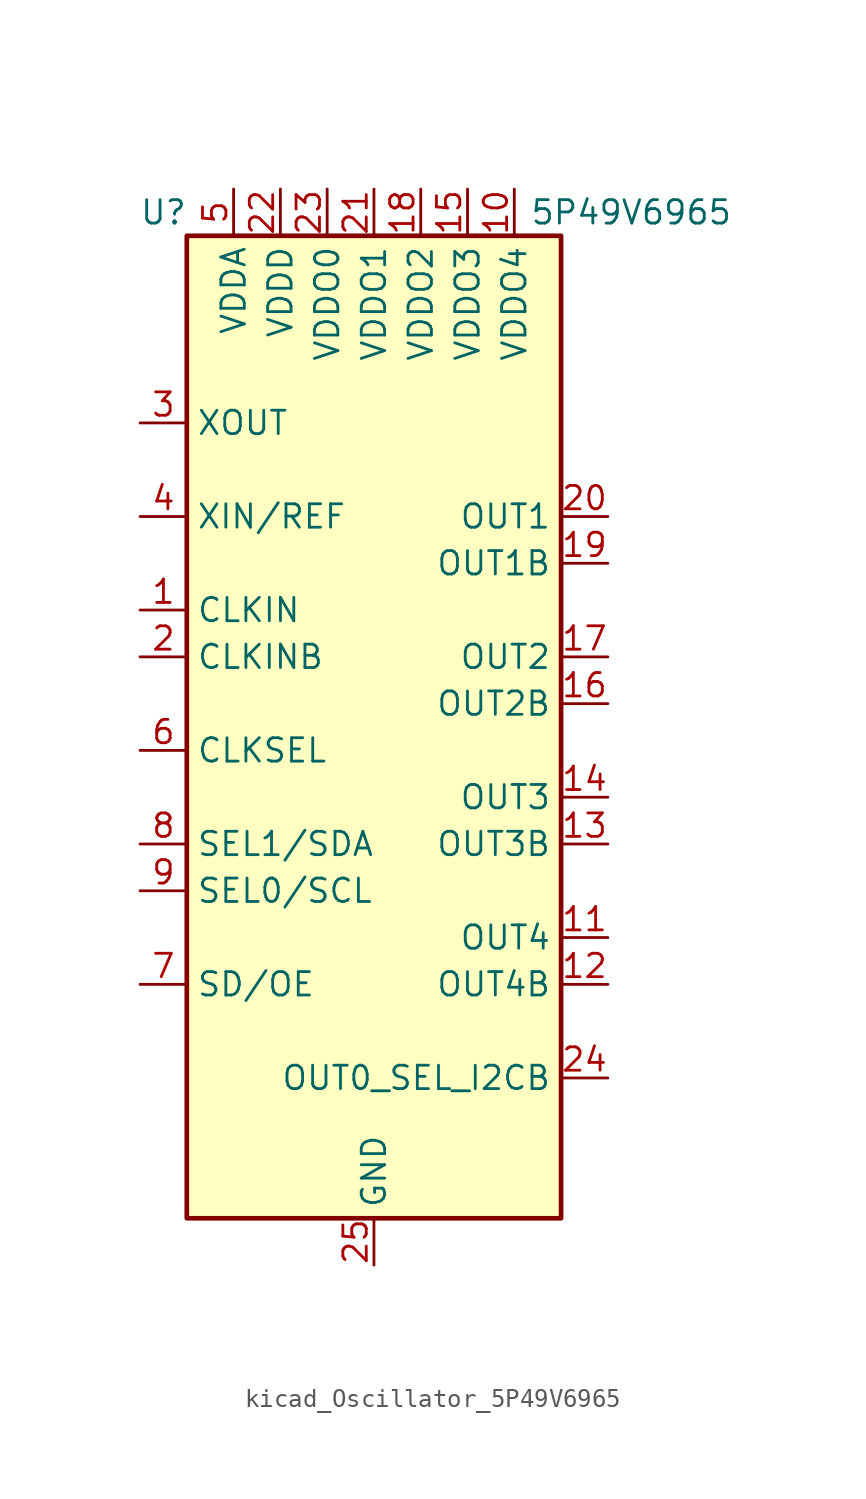
<source format=kicad_sym>
(kicad_symbol_lib
  (version 20220914)
  (generator kicad_symbol_editor)
  (symbol "kicad_Oscillator_5P49V6965"
    (property "Reference" "U"
      (at -11.43 29.21 0)
      (effects (font (size 1.27 1.27))))
    (property "Value" "5P49V6965"
      (at 13.97 29.21 0)
      (effects (font (size 1.27 1.27))))
    (symbol "kicad_Oscillator_5P49V6965_0_1"
      (rectangle (start -10.16 27.94) (end 10.16 -25.4) (stroke (width 0.254) (type default)) (fill (type background))))
    (symbol "kicad_Oscillator_5P49V6965_1_1"
      (pin input line (at -12.7 7.62 0) (length 2.54) (name "CLKIN" (effects (font (size 1.27 1.27)))) (number "1" (effects (font (size 1.27 1.27)))))
      (pin power_in line (at 7.62 30.48 270) (length 2.54) (name "VDDO4" (effects (font (size 1.27 1.27)))) (number "10" (effects (font (size 1.27 1.27)))))
      (pin output line (at 12.7 -10.16 180) (length 2.54) (name "OUT4" (effects (font (size 1.27 1.27)))) (number "11" (effects (font (size 1.27 1.27)))))
      (pin output line (at 12.7 -12.7 180) (length 2.54) (name "OUT4B" (effects (font (size 1.27 1.27)))) (number "12" (effects (font (size 1.27 1.27)))))
      (pin output line (at 12.7 -5.08 180) (length 2.54) (name "OUT3B" (effects (font (size 1.27 1.27)))) (number "13" (effects (font (size 1.27 1.27)))))
      (pin output line (at 12.7 -2.54 180) (length 2.54) (name "OUT3" (effects (font (size 1.27 1.27)))) (number "14" (effects (font (size 1.27 1.27)))))
      (pin power_in line (at 5.08 30.48 270) (length 2.54) (name "VDDO3" (effects (font (size 1.27 1.27)))) (number "15" (effects (font (size 1.27 1.27)))))
      (pin output line (at 12.7 2.54 180) (length 2.54) (name "OUT2B" (effects (font (size 1.27 1.27)))) (number "16" (effects (font (size 1.27 1.27)))))
      (pin output line (at 12.7 5.08 180) (length 2.54) (name "OUT2" (effects (font (size 1.27 1.27)))) (number "17" (effects (font (size 1.27 1.27)))))
      (pin power_in line (at 2.54 30.48 270) (length 2.54) (name "VDDO2" (effects (font (size 1.27 1.27)))) (number "18" (effects (font (size 1.27 1.27)))))
      (pin output line (at 12.7 10.16 180) (length 2.54) (name "OUT1B" (effects (font (size 1.27 1.27)))) (number "19" (effects (font (size 1.27 1.27)))))
      (pin input line (at -12.7 5.08 0) (length 2.54) (name "CLKINB" (effects (font (size 1.27 1.27)))) (number "2" (effects (font (size 1.27 1.27)))))
      (pin output line (at 12.7 12.7 180) (length 2.54) (name "OUT1" (effects (font (size 1.27 1.27)))) (number "20" (effects (font (size 1.27 1.27)))))
      (pin power_in line (at 0 30.48 270) (length 2.54) (name "VDDO1" (effects (font (size 1.27 1.27)))) (number "21" (effects (font (size 1.27 1.27)))))
      (pin power_in line (at -5.08 30.48 270) (length 2.54) (name "VDDD" (effects (font (size 1.27 1.27)))) (number "22" (effects (font (size 1.27 1.27)))))
      (pin power_in line (at -2.54 30.48 270) (length 2.54) (name "VDDO0" (effects (font (size 1.27 1.27)))) (number "23" (effects (font (size 1.27 1.27)))))
      (pin bidirectional line (at 12.7 -17.78 180) (length 2.54) (name "OUT0_SEL_I2CB" (effects (font (size 1.27 1.27)))) (number "24" (effects (font (size 1.27 1.27)))))
      (pin power_in line (at 0 -27.94 90) (length 2.54) (name "GND" (effects (font (size 1.27 1.27)))) (number "25" (effects (font (size 1.27 1.27)))))
      (pin output line (at -12.7 17.78 0) (length 2.54) (name "XOUT" (effects (font (size 1.27 1.27)))) (number "3" (effects (font (size 1.27 1.27)))))
      (pin input line (at -12.7 12.7 0) (length 2.54) (name "XIN/REF" (effects (font (size 1.27 1.27)))) (number "4" (effects (font (size 1.27 1.27)))))
      (pin power_in line (at -7.62 30.48 270) (length 2.54) (name "VDDA" (effects (font (size 1.27 1.27)))) (number "5" (effects (font (size 1.27 1.27)))))
      (pin input line (at -12.7 0 0) (length 2.54) (name "CLKSEL" (effects (font (size 1.27 1.27)))) (number "6" (effects (font (size 1.27 1.27)))))
      (pin input line (at -12.7 -12.7 0) (length 2.54) (name "SD/OE" (effects (font (size 1.27 1.27)))) (number "7" (effects (font (size 1.27 1.27)))))
      (pin bidirectional line (at -12.7 -5.08 0) (length 2.54) (name "SEL1/SDA" (effects (font (size 1.27 1.27)))) (number "8" (effects (font (size 1.27 1.27)))))
      (pin input line (at -12.7 -7.62 0) (length 2.54) (name "SEL0/SCL" (effects (font (size 1.27 1.27)))) (number "9" (effects (font (size 1.27 1.27))))))))
</source>
